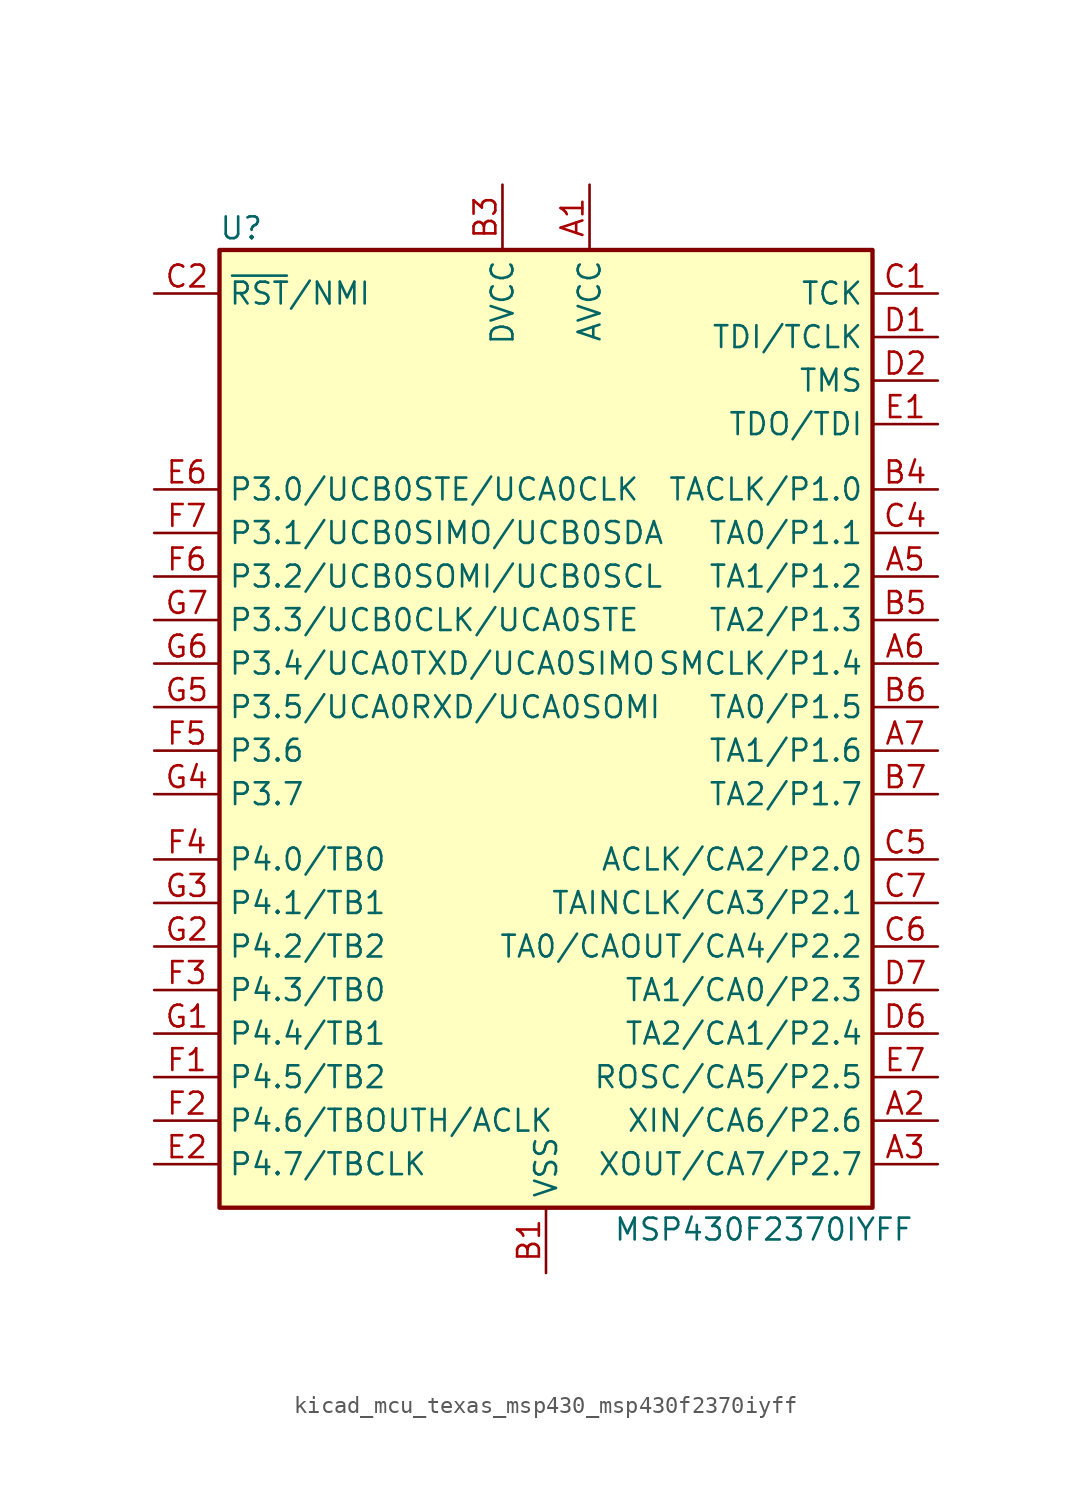
<source format=kicad_sym>
(kicad_symbol_lib
  (version 20220914)
  (generator kicad_symbol_editor)
  (symbol "kicad_mcu_texas_msp430_msp430f2370iyff"
    (property "Reference" "U"
      (at -17.78 29.21 0)
      (effects (font (size 1.27 1.27))))
    (property "Value" "MSP430F2370IYFF"
      (at 12.7 -29.21 0)
      (effects (font (size 1.27 1.27))))
    (symbol "kicad_mcu_texas_msp430_msp430f2370iyff_0_1"
      (rectangle (start -19.05 27.94) (end 19.05 -27.94) (stroke (width 0.254) (type default)) (fill (type background))))
    (symbol "kicad_mcu_texas_msp430_msp430f2370iyff_1_1"
      (pin power_in line (at 2.54 31.75 270) (length 3.81) (name "AVCC" (effects (font (size 1.27 1.27)))) (number "A1" (effects (font (size 1.27 1.27)))))
      (pin bidirectional line (at 22.86 -22.86 180) (length 3.81) (name "XIN/CA6/P2.6" (effects (font (size 1.27 1.27)))) (number "A2" (effects (font (size 1.27 1.27)))))
      (pin bidirectional line (at 22.86 -25.4 180) (length 3.81) (name "XOUT/CA7/P2.7" (effects (font (size 1.27 1.27)))) (number "A3" (effects (font (size 1.27 1.27)))))
      (pin bidirectional line (at 22.86 8.89 180) (length 3.81) (name "TA1/P1.2" (effects (font (size 1.27 1.27)))) (number "A5" (effects (font (size 1.27 1.27)))))
      (pin bidirectional line (at 22.86 3.81 180) (length 3.81) (name "SMCLK/P1.4" (effects (font (size 1.27 1.27)))) (number "A6" (effects (font (size 1.27 1.27)))))
      (pin bidirectional line (at 22.86 -1.27 180) (length 3.81) (name "TA1/P1.6" (effects (font (size 1.27 1.27)))) (number "A7" (effects (font (size 1.27 1.27)))))
      (pin power_in line (at 0 -31.75 90) (length 3.81) (name "VSS" (effects (font (size 1.27 1.27)))) (number "B1" (effects (font (size 1.27 1.27)))))
      (pin power_in line (at -2.54 31.75 270) (length 3.81) (name "DVCC" (effects (font (size 1.27 1.27)))) (number "B3" (effects (font (size 1.27 1.27)))))
      (pin bidirectional line (at 22.86 13.97 180) (length 3.81) (name "TACLK/P1.0" (effects (font (size 1.27 1.27)))) (number "B4" (effects (font (size 1.27 1.27)))))
      (pin bidirectional line (at 22.86 6.35 180) (length 3.81) (name "TA2/P1.3" (effects (font (size 1.27 1.27)))) (number "B5" (effects (font (size 1.27 1.27)))))
      (pin bidirectional line (at 22.86 1.27 180) (length 3.81) (name "TA0/P1.5" (effects (font (size 1.27 1.27)))) (number "B6" (effects (font (size 1.27 1.27)))))
      (pin bidirectional line (at 22.86 -3.81 180) (length 3.81) (name "TA2/P1.7" (effects (font (size 1.27 1.27)))) (number "B7" (effects (font (size 1.27 1.27)))))
      (pin input line (at 22.86 25.4 180) (length 3.81) (name "TCK" (effects (font (size 1.27 1.27)))) (number "C1" (effects (font (size 1.27 1.27)))))
      (pin input line (at -22.86 25.4 0) (length 3.81) (name "~{RST}/NMI" (effects (font (size 1.27 1.27)))) (number "C2" (effects (font (size 1.27 1.27)))))
      (pin bidirectional line (at 22.86 11.43 180) (length 3.81) (name "TA0/P1.1" (effects (font (size 1.27 1.27)))) (number "C4" (effects (font (size 1.27 1.27)))))
      (pin bidirectional line (at 22.86 -7.62 180) (length 3.81) (name "ACLK/CA2/P2.0" (effects (font (size 1.27 1.27)))) (number "C5" (effects (font (size 1.27 1.27)))))
      (pin bidirectional line (at 22.86 -12.7 180) (length 3.81) (name "TA0/CAOUT/CA4/P2.2" (effects (font (size 1.27 1.27)))) (number "C6" (effects (font (size 1.27 1.27)))))
      (pin bidirectional line (at 22.86 -10.16 180) (length 3.81) (name "TAINCLK/CA3/P2.1" (effects (font (size 1.27 1.27)))) (number "C7" (effects (font (size 1.27 1.27)))))
      (pin input line (at 22.86 22.86 180) (length 3.81) (name "TDI/TCLK" (effects (font (size 1.27 1.27)))) (number "D1" (effects (font (size 1.27 1.27)))))
      (pin input line (at 22.86 20.32 180) (length 3.81) (name "TMS" (effects (font (size 1.27 1.27)))) (number "D2" (effects (font (size 1.27 1.27)))))
      (pin bidirectional line (at 22.86 -17.78 180) (length 3.81) (name "TA2/CA1/P2.4" (effects (font (size 1.27 1.27)))) (number "D6" (effects (font (size 1.27 1.27)))))
      (pin bidirectional line (at 22.86 -15.24 180) (length 3.81) (name "TA1/CA0/P2.3" (effects (font (size 1.27 1.27)))) (number "D7" (effects (font (size 1.27 1.27)))))
      (pin bidirectional line (at 22.86 17.78 180) (length 3.81) (name "TDO/TDI" (effects (font (size 1.27 1.27)))) (number "E1" (effects (font (size 1.27 1.27)))))
      (pin bidirectional line (at -22.86 -25.4 0) (length 3.81) (name "P4.7/TBCLK" (effects (font (size 1.27 1.27)))) (number "E2" (effects (font (size 1.27 1.27)))))
      (pin bidirectional line (at -22.86 13.97 0) (length 3.81) (name "P3.0/UCB0STE/UCA0CLK" (effects (font (size 1.27 1.27)))) (number "E6" (effects (font (size 1.27 1.27)))))
      (pin bidirectional line (at 22.86 -20.32 180) (length 3.81) (name "ROSC/CA5/P2.5" (effects (font (size 1.27 1.27)))) (number "E7" (effects (font (size 1.27 1.27)))))
      (pin bidirectional line (at -22.86 -20.32 0) (length 3.81) (name "P4.5/TB2" (effects (font (size 1.27 1.27)))) (number "F1" (effects (font (size 1.27 1.27)))))
      (pin bidirectional line (at -22.86 -22.86 0) (length 3.81) (name "P4.6/TBOUTH/ACLK" (effects (font (size 1.27 1.27)))) (number "F2" (effects (font (size 1.27 1.27)))))
      (pin bidirectional line (at -22.86 -15.24 0) (length 3.81) (name "P4.3/TB0" (effects (font (size 1.27 1.27)))) (number "F3" (effects (font (size 1.27 1.27)))))
      (pin bidirectional line (at -22.86 -7.62 0) (length 3.81) (name "P4.0/TB0" (effects (font (size 1.27 1.27)))) (number "F4" (effects (font (size 1.27 1.27)))))
      (pin bidirectional line (at -22.86 -1.27 0) (length 3.81) (name "P3.6" (effects (font (size 1.27 1.27)))) (number "F5" (effects (font (size 1.27 1.27)))))
      (pin bidirectional line (at -22.86 8.89 0) (length 3.81) (name "P3.2/UCB0SOMI/UCB0SCL" (effects (font (size 1.27 1.27)))) (number "F6" (effects (font (size 1.27 1.27)))))
      (pin bidirectional line (at -22.86 11.43 0) (length 3.81) (name "P3.1/UCB0SIMO/UCB0SDA" (effects (font (size 1.27 1.27)))) (number "F7" (effects (font (size 1.27 1.27)))))
      (pin bidirectional line (at -22.86 -17.78 0) (length 3.81) (name "P4.4/TB1" (effects (font (size 1.27 1.27)))) (number "G1" (effects (font (size 1.27 1.27)))))
      (pin bidirectional line (at -22.86 -12.7 0) (length 3.81) (name "P4.2/TB2" (effects (font (size 1.27 1.27)))) (number "G2" (effects (font (size 1.27 1.27)))))
      (pin bidirectional line (at -22.86 -10.16 0) (length 3.81) (name "P4.1/TB1" (effects (font (size 1.27 1.27)))) (number "G3" (effects (font (size 1.27 1.27)))))
      (pin bidirectional line (at -22.86 -3.81 0) (length 3.81) (name "P3.7" (effects (font (size 1.27 1.27)))) (number "G4" (effects (font (size 1.27 1.27)))))
      (pin bidirectional line (at -22.86 1.27 0) (length 3.81) (name "P3.5/UCA0RXD/UCA0SOMI" (effects (font (size 1.27 1.27)))) (number "G5" (effects (font (size 1.27 1.27)))))
      (pin bidirectional line (at -22.86 3.81 0) (length 3.81) (name "P3.4/UCA0TXD/UCA0SIMO" (effects (font (size 1.27 1.27)))) (number "G6" (effects (font (size 1.27 1.27)))))
      (pin bidirectional line (at -22.86 6.35 0) (length 3.81) (name "P3.3/UCB0CLK/UCA0STE" (effects (font (size 1.27 1.27)))) (number "G7" (effects (font (size 1.27 1.27))))))))
</source>
